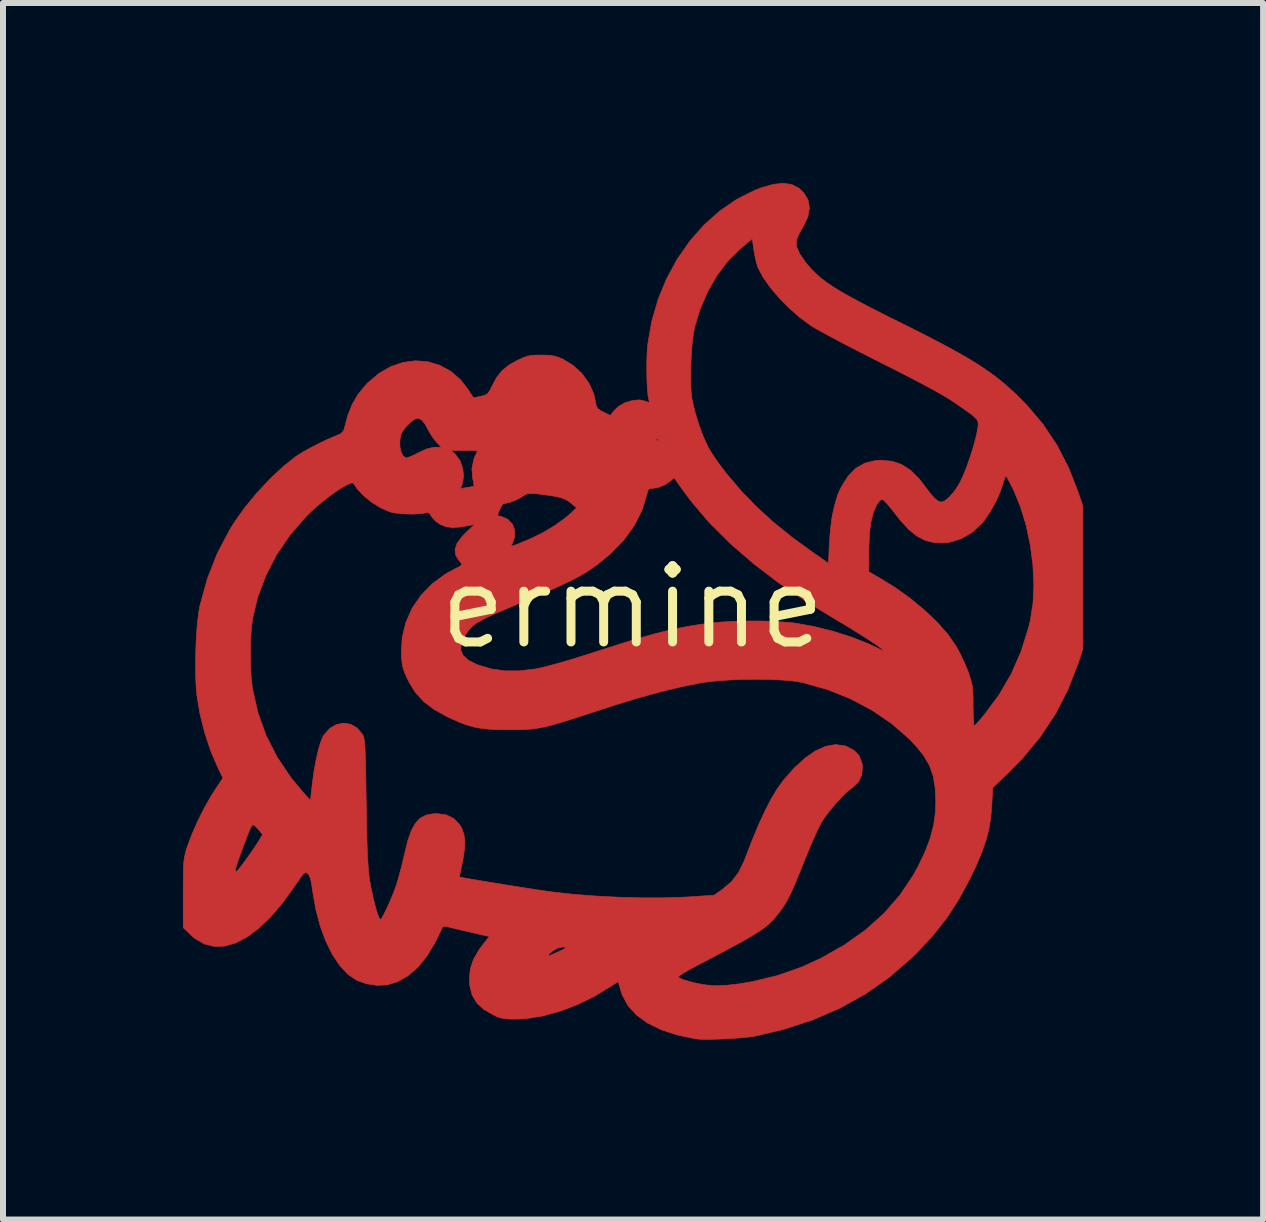
<source format=kicad_pcb>
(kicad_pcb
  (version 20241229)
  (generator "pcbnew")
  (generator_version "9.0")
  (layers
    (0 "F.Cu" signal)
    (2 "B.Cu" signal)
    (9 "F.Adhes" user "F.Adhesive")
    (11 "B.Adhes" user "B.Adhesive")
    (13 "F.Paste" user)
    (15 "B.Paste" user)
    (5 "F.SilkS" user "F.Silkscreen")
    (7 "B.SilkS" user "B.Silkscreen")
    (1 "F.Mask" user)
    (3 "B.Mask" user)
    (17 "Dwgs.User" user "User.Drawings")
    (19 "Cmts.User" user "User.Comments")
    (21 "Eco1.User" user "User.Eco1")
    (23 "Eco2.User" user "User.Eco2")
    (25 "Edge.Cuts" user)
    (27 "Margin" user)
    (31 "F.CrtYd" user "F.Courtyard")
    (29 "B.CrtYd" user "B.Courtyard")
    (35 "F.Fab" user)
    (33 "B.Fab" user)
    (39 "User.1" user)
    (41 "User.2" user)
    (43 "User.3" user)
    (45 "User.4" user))
  (footprint "ermine"
    (layer "F.Cu")
    (at 7.498 7.073)
    (property "Reference" "ermine" (at 0 0 0) (layer "F.SilkS") (effects (font (size 1.27 1.27) (thickness 0.15))))
    (attr through_hole)
    (fp_poly (pts (xy 2.652 -7.047) (xy 2.771 -6.987) (xy 2.854 -6.908) (xy 2.925 -6.788) (xy 2.947 -6.655) (xy 2.92 -6.507) (xy 2.844 -6.346) (xy 2.836 -6.334) (xy 2.786 -6.245) (xy 2.747 -6.161) (xy 2.729 -6.106) (xy 2.733 -6.012) (xy 2.781 -5.898) (xy 2.874 -5.762) (xy 2.913 -5.713) (xy 2.982 -5.634) (xy 3.055 -5.561) (xy 3.135 -5.49) (xy 3.227 -5.419) (xy 3.336 -5.345) (xy 3.465 -5.265) (xy 3.62 -5.177) (xy 3.805 -5.077) (xy 4.023 -4.964) (xy 4.28 -4.834) (xy 4.496 -4.727) (xy 4.82 -4.565) (xy 5.102 -4.419) (xy 5.348 -4.287) (xy 5.563 -4.166) (xy 5.752 -4.051) (xy 5.919 -3.939) (xy 6.071 -3.828) (xy 6.211 -3.714) (xy 6.346 -3.593) (xy 6.48 -3.462) (xy 6.571 -3.369) (xy 6.841 -3.051) (xy 7.074 -2.702) (xy 7.271 -2.319) (xy 7.413 -1.958) (xy 7.506 -1.689) (xy 7.506 0.699) (xy 7.421 0.953) (xy 7.254 1.382) (xy 7.047 1.783) (xy 6.798 2.16) (xy 6.505 2.515) (xy 6.254 2.771) (xy 6.002 3.011) (xy 5.988 3.302) (xy 5.971 3.506) (xy 5.94 3.697) (xy 5.891 3.888) (xy 5.821 4.088) (xy 5.728 4.31) (xy 5.623 4.529) (xy 5.439 4.87) (xy 5.239 5.179) (xy 5.013 5.467) (xy 4.751 5.75) (xy 4.642 5.856) (xy 4.277 6.172) (xy 3.884 6.447) (xy 3.463 6.682) (xy 3.01 6.879) (xy 2.526 7.037) (xy 2.045 7.151) (xy 1.946 7.166) (xy 1.814 7.179) (xy 1.662 7.191) (xy 1.503 7.199) (xy 1.348 7.204) (xy 1.211 7.206) (xy 1.103 7.202) (xy 1.054 7.197) (xy 0.743 7.133) (xy 0.473 7.044) (xy 0.246 6.932) (xy 0.061 6.798) (xy -0.079 6.642) (xy -0.174 6.465) (xy -0.205 6.369) (xy -0.224 6.299) (xy -0.24 6.256) (xy -0.246 6.248) (xy -0.272 6.262) (xy -0.325 6.295) (xy -0.364 6.321) (xy -0.633 6.486) (xy -0.919 6.626) (xy -1.212 6.737) (xy -1.5 6.816) (xy -1.774 6.86) (xy -1.918 6.867) (xy -2.042 6.867) (xy -2.133 6.861) (xy -2.204 6.847) (xy -2.272 6.822) (xy -2.311 6.804) (xy -2.478 6.709) (xy -2.599 6.598) (xy -2.677 6.465) (xy -2.716 6.306) (xy -2.722 6.194) (xy -2.706 6.028) (xy -2.653 5.87) (xy -2.618 5.81) (xy -1.408 5.81) (xy -1.382 5.807) (xy -1.314 5.779) (xy -1.232 5.741) (xy -1.152 5.703) (xy -1.114 5.681) (xy -1.114 5.671) (xy -1.146 5.668) (xy -1.168 5.667) (xy -1.258 5.685) (xy -1.345 5.741) (xy -1.396 5.788) (xy -1.408 5.81) (xy -2.618 5.81) (xy -2.559 5.709) (xy -2.494 5.622) (xy -2.39 5.491) (xy -2.687 5.423) (xy -2.813 5.394) (xy -2.929 5.367) (xy -3.022 5.345) (xy -3.073 5.332) (xy -3.139 5.321) (xy -3.169 5.333) (xy -3.173 5.341) (xy -3.188 5.376) (xy -3.222 5.444) (xy -3.267 5.535) (xy -3.297 5.594) (xy -3.428 5.815) (xy -3.578 5.999) (xy -3.742 6.143) (xy -3.916 6.244) (xy -4.095 6.298) (xy -4.096 6.298) (xy -4.264 6.305) (xy -4.441 6.278) (xy -4.6 6.222) (xy -4.607 6.218) (xy -4.751 6.118) (xy -4.886 5.972) (xy -5.009 5.786) (xy -5.118 5.564) (xy -5.211 5.311) (xy -5.284 5.031) (xy -5.336 4.731) (xy -5.338 4.715) (xy -5.356 4.593) (xy -5.376 4.512) (xy -5.399 4.462) (xy -5.418 4.442) (xy -5.44 4.427) (xy -5.461 4.427) (xy -5.488 4.446) (xy -5.525 4.492) (xy -5.58 4.569) (xy -5.64 4.658) (xy -5.839 4.934) (xy -6.038 5.167) (xy -6.235 5.355) (xy -6.429 5.499) (xy -6.618 5.598) (xy -6.801 5.651) (xy -6.976 5.657) (xy -7.141 5.615) (xy -7.296 5.526) (xy -7.367 5.465) (xy -7.493 5.343) (xy -7.493 4.773) (xy -7.493 4.586) (xy -7.491 4.442) (xy -7.49 4.378) (xy -6.624 4.378) (xy -6.623 4.411) (xy -6.6 4.401) (xy -6.554 4.351) (xy -6.485 4.261) (xy -6.421 4.173) (xy -6.351 4.074) (xy -6.287 3.979) (xy -6.238 3.904) (xy -6.224 3.882) (xy -6.17 3.789) (xy -6.251 3.696) (xy -6.284 3.658) (xy -6.309 3.635) (xy -6.33 3.629) (xy -6.352 3.648) (xy -6.377 3.695) (xy -6.411 3.776) (xy -6.456 3.895) (xy -6.501 4.015) (xy -6.562 4.181) (xy -6.604 4.302) (xy -6.624 4.378) (xy -7.49 4.378) (xy -7.488 4.331) (xy -7.483 4.245) (xy -7.474 4.175) (xy -7.461 4.114) (xy -7.444 4.051) (xy -7.428 4) (xy -7.352 3.796) (xy -7.254 3.572) (xy -7.142 3.348) (xy -7.025 3.143) (xy -6.971 3.058) (xy -6.831 2.847) (xy -6.904 2.7) (xy -7.027 2.418) (xy -7.132 2.105) (xy -7.214 1.78) (xy -7.266 1.466) (xy -7.28 1.304) (xy -7.287 1.11) (xy -7.287 0.897) (xy -7.285 0.773) (xy -6.374 0.773) (xy -6.37 0.992) (xy -6.358 1.195) (xy -6.338 1.359) (xy -6.248 1.759) (xy -6.111 2.139) (xy -5.928 2.499) (xy -5.698 2.841) (xy -5.504 3.075) (xy -5.372 3.222) (xy -5.341 2.945) (xy -5.315 2.747) (xy -5.281 2.56) (xy -5.244 2.393) (xy -5.204 2.255) (xy -5.163 2.156) (xy -5.147 2.129) (xy -5.05 2.021) (xy -4.937 1.956) (xy -4.818 1.933) (xy -4.701 1.952) (xy -4.593 2.015) (xy -4.505 2.12) (xy -4.493 2.142) (xy -4.483 2.171) (xy -4.475 2.212) (xy -4.468 2.268) (xy -4.463 2.346) (xy -4.458 2.449) (xy -4.454 2.583) (xy -4.45 2.753) (xy -4.447 2.964) (xy -4.443 3.22) (xy -4.442 3.251) (xy -4.437 3.547) (xy -4.432 3.798) (xy -4.426 4.006) (xy -4.419 4.178) (xy -4.41 4.318) (xy -4.401 4.43) (xy -4.39 4.519) (xy -4.386 4.547) (xy -4.357 4.705) (xy -4.324 4.855) (xy -4.291 4.988) (xy -4.26 5.095) (xy -4.232 5.171) (xy -4.209 5.206) (xy -4.205 5.207) (xy -4.184 5.185) (xy -4.15 5.125) (xy -4.107 5.038) (xy -4.059 4.934) (xy -4.011 4.821) (xy -3.968 4.711) (xy -3.938 4.627) (xy -3.903 4.51) (xy -3.864 4.364) (xy -3.825 4.209) (xy -3.797 4.089) (xy -3.746 3.882) (xy -3.688 3.721) (xy -3.622 3.602) (xy -3.544 3.519) (xy -3.448 3.468) (xy -3.332 3.445) (xy -3.262 3.442) (xy -3.106 3.463) (xy -2.98 3.525) (xy -2.882 3.629) (xy -2.848 3.689) (xy -2.813 3.787) (xy -2.798 3.898) (xy -2.803 4.033) (xy -2.828 4.201) (xy -2.843 4.274) (xy -2.889 4.496) (xy -2.835 4.509) (xy -2.784 4.519) (xy -2.691 4.535) (xy -2.565 4.556) (xy -2.414 4.581) (xy -2.247 4.608) (xy -2.071 4.637) (xy -1.895 4.665) (xy -1.729 4.691) (xy -1.579 4.714) (xy -1.455 4.732) (xy -1.365 4.745) (xy -1.346 4.748) (xy -1.003 4.786) (xy -0.632 4.815) (xy -0.248 4.835) (xy 0.134 4.846) (xy 0.5 4.846) (xy 0.836 4.836) (xy 0.938 4.83) (xy 1.355 4.803) (xy 1.493 4.708) (xy 1.645 4.58) (xy 1.764 4.426) (xy 1.858 4.235) (xy 1.868 4.209) (xy 1.99 3.892) (xy 2.103 3.621) (xy 2.209 3.391) (xy 2.31 3.196) (xy 2.408 3.032) (xy 2.506 2.895) (xy 2.509 2.892) (xy 2.692 2.683) (xy 2.873 2.517) (xy 3.049 2.395) (xy 3.219 2.32) (xy 3.38 2.291) (xy 3.532 2.31) (xy 3.564 2.321) (xy 3.693 2.389) (xy 3.778 2.479) (xy 3.822 2.597) (xy 3.83 2.652) (xy 3.821 2.794) (xy 3.767 2.912) (xy 3.668 3.007) (xy 3.645 3.022) (xy 3.577 3.076) (xy 3.489 3.162) (xy 3.391 3.268) (xy 3.294 3.384) (xy 3.205 3.5) (xy 3.167 3.556) (xy 3.13 3.621) (xy 3.079 3.724) (xy 3.019 3.857) (xy 2.953 4.01) (xy 2.885 4.173) (xy 2.859 4.238) (xy 2.778 4.44) (xy 2.711 4.602) (xy 2.655 4.731) (xy 2.604 4.835) (xy 2.557 4.922) (xy 2.509 4.999) (xy 2.456 5.073) (xy 2.413 5.128) (xy 2.364 5.188) (xy 2.313 5.242) (xy 2.257 5.295) (xy 2.191 5.348) (xy 2.11 5.405) (xy 2.009 5.468) (xy 1.885 5.541) (xy 1.732 5.626) (xy 1.547 5.725) (xy 1.325 5.843) (xy 1.109 5.956) (xy 0.959 6.036) (xy 0.853 6.097) (xy 0.789 6.139) (xy 0.763 6.166) (xy 0.766 6.176) (xy 0.827 6.204) (xy 0.922 6.234) (xy 1.036 6.264) (xy 1.153 6.288) (xy 1.232 6.3) (xy 1.395 6.31) (xy 1.576 6.303) (xy 1.785 6.279) (xy 1.994 6.243) (xy 2.41 6.143) (xy 2.811 6.003) (xy 3.137 5.854) (xy 3.53 5.632) (xy 3.881 5.383) (xy 4.19 5.106) (xy 4.455 4.802) (xy 4.678 4.47) (xy 4.756 4.328) (xy 4.876 4.077) (xy 4.962 3.849) (xy 5.019 3.632) (xy 5.048 3.415) (xy 5.054 3.248) (xy 5.044 3.016) (xy 5.011 2.817) (xy 4.949 2.641) (xy 4.853 2.475) (xy 4.718 2.308) (xy 4.612 2.197) (xy 4.317 1.94) (xy 3.986 1.715) (xy 3.624 1.524) (xy 3.237 1.37) (xy 2.83 1.256) (xy 2.819 1.254) (xy 2.676 1.231) (xy 2.494 1.215) (xy 2.284 1.205) (xy 2.056 1.202) (xy 1.822 1.205) (xy 1.593 1.215) (xy 1.38 1.231) (xy 1.193 1.253) (xy 1.121 1.265) (xy 0.805 1.329) (xy 0.469 1.41) (xy 0.107 1.51) (xy -0.288 1.63) (xy -0.612 1.735) (xy -0.854 1.815) (xy -1.054 1.879) (xy -1.222 1.931) (xy -1.363 1.97) (xy -1.485 1.999) (xy -1.595 2.02) (xy -1.701 2.033) (xy -1.81 2.04) (xy -1.929 2.044) (xy -2.066 2.044) (xy -2.07 2.044) (xy -2.279 2.041) (xy -2.451 2.03) (xy -2.599 2.009) (xy -2.739 1.973) (xy -2.882 1.921) (xy -3.043 1.85) (xy -3.092 1.826) (xy -3.308 1.707) (xy -3.481 1.576) (xy -3.619 1.426) (xy -3.73 1.248) (xy -3.752 1.204) (xy -3.8 1.096) (xy -3.83 1.007) (xy -3.846 0.916) (xy -3.855 0.8) (xy -3.856 0.776) (xy -3.853 0.708) (xy -2.867 0.708) (xy -2.829 0.801) (xy -2.743 0.882) (xy -2.607 0.952) (xy -2.578 0.963) (xy -2.357 1.029) (xy -2.129 1.062) (xy -1.884 1.061) (xy -1.61 1.028) (xy -1.598 1.026) (xy -1.51 1.007) (xy -1.383 0.974) (xy -1.225 0.931) (xy -1.047 0.879) (xy -0.857 0.82) (xy -0.664 0.759) (xy -0.66 0.758) (xy -0.342 0.656) (xy -0.065 0.569) (xy 0.179 0.497) (xy 0.396 0.437) (xy 0.594 0.388) (xy 0.78 0.347) (xy 0.96 0.314) (xy 1.142 0.285) (xy 1.294 0.265) (xy 1.487 0.247) (xy 1.71 0.235) (xy 1.949 0.23) (xy 2.19 0.232) (xy 2.418 0.241) (xy 2.619 0.256) (xy 2.718 0.267) (xy 3.022 0.322) (xy 3.332 0.399) (xy 3.634 0.494) (xy 3.91 0.601) (xy 4.066 0.674) (xy 4.134 0.707) (xy 4.179 0.726) (xy 4.191 0.727) (xy 4.17 0.706) (xy 4.113 0.664) (xy 4.027 0.604) (xy 3.919 0.533) (xy 3.795 0.454) (xy 3.664 0.372) (xy 3.532 0.291) (xy 3.407 0.218) (xy 3.404 0.216) (xy 2.896 -0.093) (xy 2.428 -0.411) (xy 2.195 -0.589) (xy 3.937 -0.589) (xy 4.083 -0.507) (xy 4.36 -0.338) (xy 4.623 -0.151) (xy 4.864 0.048) (xy 5.078 0.252) (xy 5.257 0.455) (xy 5.393 0.652) (xy 5.394 0.652) (xy 5.462 0.779) (xy 5.532 0.926) (xy 5.589 1.063) (xy 5.596 1.084) (xy 5.629 1.181) (xy 5.652 1.261) (xy 5.666 1.339) (xy 5.673 1.429) (xy 5.676 1.546) (xy 5.676 1.645) (xy 5.678 1.769) (xy 5.681 1.872) (xy 5.686 1.946) (xy 5.691 1.98) (xy 5.693 1.981) (xy 5.714 1.963) (xy 5.76 1.914) (xy 5.822 1.842) (xy 5.86 1.797) (xy 6.108 1.463) (xy 6.312 1.114) (xy 6.475 0.741) (xy 6.601 0.339) (xy 6.631 0.214) (xy 6.675 -0.066) (xy 6.689 -0.376) (xy 6.673 -0.702) (xy 6.63 -1.035) (xy 6.56 -1.363) (xy 6.465 -1.675) (xy 6.359 -1.934) (xy 6.309 -2.035) (xy 6.267 -2.117) (xy 6.237 -2.17) (xy 6.224 -2.184) (xy 6.209 -2.162) (xy 6.188 -2.105) (xy 6.176 -2.064) (xy 6.125 -1.915) (xy 6.05 -1.75) (xy 5.96 -1.589) (xy 5.866 -1.45) (xy 5.821 -1.395) (xy 5.658 -1.246) (xy 5.477 -1.141) (xy 5.285 -1.082) (xy 5.205 -1.073) (xy 5.038 -1.075) (xy 4.886 -1.11) (xy 4.743 -1.182) (xy 4.604 -1.294) (xy 4.462 -1.449) (xy 4.388 -1.544) (xy 4.313 -1.64) (xy 4.246 -1.72) (xy 4.194 -1.775) (xy 4.164 -1.798) (xy 4.126 -1.781) (xy 4.082 -1.726) (xy 4.07 -1.707) (xy 4.013 -1.579) (xy 3.973 -1.423) (xy 3.948 -1.232) (xy 3.938 -1.001) (xy 3.937 -0.936) (xy 3.937 -0.589) (xy 2.195 -0.589) (xy 2.002 -0.737) (xy 1.619 -1.069) (xy 1.282 -1.405) (xy 0.993 -1.744) (xy 0.933 -1.823) (xy 0.857 -1.925) (xy 0.791 -2.016) (xy 0.742 -2.085) (xy 0.717 -2.123) (xy 0.716 -2.125) (xy 0.695 -2.149) (xy 0.669 -2.14) (xy 0.636 -2.109) (xy 0.542 -2.041) (xy 0.426 -1.995) (xy 0.333 -1.981) (xy 0.279 -1.974) (xy 0.252 -1.94) (xy 0.242 -1.899) (xy 0.161 -1.627) (xy 0.032 -1.368) (xy -0.146 -1.121) (xy -0.372 -0.888) (xy -0.585 -0.713) (xy -0.686 -0.641) (xy -0.792 -0.572) (xy -0.909 -0.505) (xy -1.044 -0.435) (xy -1.204 -0.359) (xy -1.395 -0.273) (xy -1.625 -0.175) (xy -1.727 -0.132) (xy -1.961 -0.034) (xy -2.152 0.048) (xy -2.307 0.115) (xy -2.43 0.172) (xy -2.525 0.22) (xy -2.599 0.263) (xy -2.655 0.304) (xy -2.699 0.345) (xy -2.737 0.389) (xy -2.771 0.439) (xy -2.798 0.481) (xy -2.856 0.602) (xy -2.867 0.708) (xy -3.853 0.708) (xy -3.843 0.51) (xy -3.782 0.256) (xy -3.677 0.018) (xy -3.528 -0.199) (xy -3.34 -0.392) (xy -3.115 -0.556) (xy -2.985 -0.628) (xy -2.903 -0.669) (xy -2.86 -0.696) (xy -2.849 -0.717) (xy -2.864 -0.742) (xy -2.888 -0.768) (xy -2.949 -0.861) (xy -2.962 -0.958) (xy -2.929 -1.061) (xy -2.847 -1.175) (xy -2.778 -1.246) (xy -2.637 -1.379) (xy -2.722 -1.362) (xy -2.883 -1.335) (xy -3.009 -1.328) (xy -3.112 -1.342) (xy -3.2 -1.376) (xy -3.285 -1.433) (xy -3.345 -1.498) (xy -3.353 -1.512) (xy -3.363 -1.527) (xy -2.255 -1.527) (xy -2.188 -1.512) (xy -2.08 -1.464) (xy -2.004 -1.384) (xy -1.964 -1.282) (xy -1.967 -1.169) (xy -1.996 -1.089) (xy -2.021 -1.037) (xy -2.018 -1.02) (xy -1.986 -1.027) (xy -1.977 -1.03) (xy -1.928 -1.048) (xy -1.846 -1.081) (xy -1.746 -1.123) (xy -1.695 -1.145) (xy -1.494 -1.243) (xy -1.299 -1.36) (xy -1.125 -1.485) (xy -1.033 -1.564) (xy -0.935 -1.656) (xy -1.02 -1.729) (xy -1.08 -1.774) (xy -1.148 -1.809) (xy -1.233 -1.835) (xy -1.347 -1.857) (xy -1.5 -1.878) (xy -1.514 -1.88) (xy -1.624 -1.893) (xy -1.697 -1.897) (xy -1.748 -1.893) (xy -1.788 -1.877) (xy -1.833 -1.849) (xy -1.841 -1.843) (xy -1.93 -1.793) (xy -2.031 -1.753) (xy -2.12 -1.73) (xy -2.149 -1.727) (xy -2.174 -1.706) (xy -2.205 -1.652) (xy -2.216 -1.627) (xy -2.255 -1.527) (xy -3.363 -1.527) (xy -3.386 -1.564) (xy -3.423 -1.578) (xy -3.455 -1.572) (xy -3.549 -1.557) (xy -3.674 -1.552) (xy -3.81 -1.555) (xy -3.939 -1.567) (xy -4.04 -1.587) (xy -4.053 -1.591) (xy -4.205 -1.658) (xy -4.355 -1.752) (xy -4.491 -1.863) (xy -4.599 -1.98) (xy -4.641 -2.044) (xy -4.659 -2.068) (xy -4.685 -2.072) (xy -4.734 -2.053) (xy -4.778 -2.032) (xy -4.902 -1.959) (xy -5.046 -1.857) (xy -5.199 -1.737) (xy -5.347 -1.608) (xy -5.45 -1.507) (xy -5.713 -1.202) (xy -5.937 -0.873) (xy -6.117 -0.525) (xy -6.253 -0.162) (xy -6.336 0.188) (xy -6.357 0.355) (xy -6.37 0.555) (xy -6.374 0.773) (xy -7.285 0.773) (xy -7.282 0.675) (xy -7.272 0.458) (xy -7.256 0.258) (xy -7.235 0.086) (xy -7.216 -0.021) (xy -7.092 -0.471) (xy -6.927 -0.893) (xy -6.72 -1.287) (xy -6.644 -1.41) (xy -6.469 -1.657) (xy -6.267 -1.902) (xy -6.051 -2.134) (xy -5.83 -2.341) (xy -5.619 -2.509) (xy -5.523 -2.571) (xy -5.395 -2.644) (xy -5.251 -2.719) (xy -5.126 -2.78) (xy -3.882 -2.78) (xy -3.88 -2.679) (xy -3.861 -2.589) (xy -3.827 -2.522) (xy -3.78 -2.49) (xy -3.769 -2.489) (xy -3.731 -2.501) (xy -3.662 -2.53) (xy -3.577 -2.573) (xy -3.567 -2.578) (xy -3.495 -2.61) (xy -3.024 -2.61) (xy -2.958 -2.55) (xy -2.879 -2.445) (xy -2.832 -2.314) (xy -2.819 -2.174) (xy -2.845 -2.044) (xy -2.871 -1.977) (xy -2.762 -1.995) (xy -2.695 -2.007) (xy -2.653 -2.017) (xy -2.647 -2.019) (xy -2.648 -2.045) (xy -2.658 -2.105) (xy -2.667 -2.145) (xy -2.68 -2.309) (xy -2.649 -2.465) (xy -2.626 -2.52) (xy -2.601 -2.573) (xy -2.591 -2.603) (xy -2.614 -2.609) (xy -2.677 -2.613) (xy -2.767 -2.614) (xy -2.807 -2.614) (xy -3.024 -2.61) (xy -3.495 -2.61) (xy -3.426 -2.641) (xy -3.312 -2.666) (xy -3.295 -2.667) (xy -3.19 -2.667) (xy -3.269 -2.75) (xy -3.319 -2.812) (xy 0.385 -2.812) (xy 0.391 -2.798) (xy 0.417 -2.771) (xy 0.432 -2.776) (xy 0.432 -2.78) (xy 0.414 -2.801) (xy 0.402 -2.809) (xy 0.385 -2.812) (xy -3.319 -2.812) (xy -3.33 -2.826) (xy -3.388 -2.917) (xy -3.404 -2.946) (xy -3.464 -3.056) (xy -3.518 -3.121) (xy -3.569 -3.148) (xy -3.585 -3.15) (xy -3.64 -3.13) (xy -3.708 -3.079) (xy -3.777 -3.01) (xy -3.834 -2.936) (xy -3.862 -2.878) (xy -3.882 -2.78) (xy -5.126 -2.78) (xy -5.107 -2.789) (xy -4.978 -2.845) (xy -4.946 -2.857) (xy -4.866 -2.894) (xy -4.824 -2.935) (xy -4.81 -2.969) (xy -4.75 -3.194) (xy -4.676 -3.382) (xy -4.581 -3.544) (xy -4.459 -3.695) (xy -4.42 -3.736) (xy -4.234 -3.895) (xy -4.035 -4.01) (xy -3.828 -4.081) (xy -3.619 -4.108) (xy -3.413 -4.092) (xy -3.215 -4.033) (xy -3.032 -3.932) (xy -2.867 -3.789) (xy -2.745 -3.631) (xy -2.653 -3.49) (xy -2.532 -3.517) (xy -2.462 -3.535) (xy -2.418 -3.562) (xy -2.383 -3.61) (xy -2.349 -3.68) (xy -2.267 -3.831) (xy -2.175 -3.946) (xy -2.06 -4.039) (xy -1.936 -4.108) (xy -1.835 -4.156) (xy -1.756 -4.184) (xy -1.68 -4.199) (xy -1.584 -4.203) (xy -1.525 -4.203) (xy -1.404 -4.2) (xy -1.312 -4.188) (xy -1.232 -4.164) (xy -1.164 -4.136) (xy -0.992 -4.031) (xy -0.844 -3.894) (xy -0.727 -3.731) (xy -0.648 -3.555) (xy -0.62 -3.43) (xy -0.607 -3.356) (xy -0.582 -3.311) (xy -0.533 -3.276) (xy -0.487 -3.253) (xy -0.371 -3.196) (xy -0.323 -3.262) (xy -0.237 -3.346) (xy -0.124 -3.41) (xy 0.000384 -3.447) (xy 0.122 -3.456) (xy 0.227 -3.43) (xy 0.234 -3.426) (xy 0.271 -3.41) (xy 0.277 -3.429) (xy 0.269 -3.458) (xy 0.255 -3.534) (xy 0.245 -3.648) (xy 0.238 -3.789) (xy 0.238 -3.799) (xy 0.967 -3.799) (xy 0.973 -3.626) (xy 0.987 -3.487) (xy 0.99 -3.47) (xy 1.034 -3.274) (xy 1.097 -3.064) (xy 1.171 -2.86) (xy 1.251 -2.683) (xy 1.26 -2.666) (xy 1.312 -2.578) (xy 1.387 -2.465) (xy 1.475 -2.343) (xy 1.563 -2.228) (xy 1.809 -1.939) (xy 2.068 -1.67) (xy 2.351 -1.413) (xy 2.665 -1.16) (xy 2.985 -0.927) (xy 3.264 -0.732) (xy 3.28 -1.058) (xy 3.29 -1.202) (xy 3.304 -1.347) (xy 3.32 -1.476) (xy 3.336 -1.562) (xy 3.368 -1.699) (xy 3.396 -1.8) (xy 3.422 -1.881) (xy 3.454 -1.954) (xy 3.48 -2.007) (xy 3.591 -2.185) (xy 3.721 -2.316) (xy 3.873 -2.402) (xy 4.049 -2.445) (xy 4.153 -2.45) (xy 4.329 -2.432) (xy 4.487 -2.378) (xy 4.634 -2.282) (xy 4.774 -2.143) (xy 4.87 -2.019) (xy 4.962 -1.897) (xy 5.035 -1.815) (xy 5.093 -1.769) (xy 5.141 -1.753) (xy 5.145 -1.753) (xy 5.205 -1.774) (xy 5.277 -1.833) (xy 5.355 -1.922) (xy 5.429 -2.03) (xy 5.459 -2.083) (xy 5.515 -2.202) (xy 5.575 -2.355) (xy 5.634 -2.525) (xy 5.687 -2.696) (xy 5.728 -2.852) (xy 5.744 -2.928) (xy 5.756 -2.998) (xy 5.762 -3.051) (xy 5.756 -3.095) (xy 5.733 -3.136) (xy 5.688 -3.182) (xy 5.615 -3.238) (xy 5.511 -3.312) (xy 5.397 -3.391) (xy 5.297 -3.458) (xy 5.173 -3.533) (xy 5.021 -3.619) (xy 4.838 -3.718) (xy 4.62 -3.832) (xy 4.362 -3.964) (xy 4.153 -4.069) (xy 3.938 -4.178) (xy 3.729 -4.285) (xy 3.532 -4.387) (xy 3.354 -4.481) (xy 3.201 -4.563) (xy 3.078 -4.631) (xy 2.993 -4.681) (xy 2.972 -4.695) (xy 2.79 -4.828) (xy 2.611 -4.985) (xy 2.443 -5.155) (xy 2.295 -5.33) (xy 2.175 -5.5) (xy 2.092 -5.656) (xy 2.09 -5.659) (xy 2.067 -5.732) (xy 2.043 -5.833) (xy 2.023 -5.943) (xy 2.022 -5.948) (xy 1.994 -6.143) (xy 1.791 -5.972) (xy 1.589 -5.773) (xy 1.407 -5.532) (xy 1.25 -5.259) (xy 1.122 -4.961) (xy 1.037 -4.686) (xy 1.012 -4.553) (xy 0.991 -4.383) (xy 0.977 -4.192) (xy 0.969 -3.993) (xy 0.967 -3.799) (xy 0.238 -3.799) (xy 0.235 -3.944) (xy 0.236 -4.101) (xy 0.241 -4.248) (xy 0.25 -4.374) (xy 0.252 -4.385) (xy 0.318 -4.765) (xy 0.424 -5.131) (xy 0.567 -5.478) (xy 0.744 -5.804) (xy 0.953 -6.103) (xy 1.189 -6.371) (xy 1.451 -6.605) (xy 1.735 -6.8) (xy 2.038 -6.952) (xy 2.144 -6.992) (xy 2.341 -7.049) (xy 2.51 -7.068) (xy 2.652 -7.047)) (stroke (width 0.01) (type solid)) (fill yes) (layer "F.Cu"))
    (fp_poly (pts (xy -2.4 -1.889) (xy -2.344 -1.848) (xy -2.316 -1.779) (xy -2.311 -1.721) (xy -2.328 -1.653) (xy -2.382 -1.597) (xy -2.476 -1.55) (xy -2.615 -1.51) (xy -2.67 -1.498) (xy -2.833 -1.467) (xy -2.956 -1.452) (xy -3.049 -1.453) (xy -3.119 -1.468) (xy -3.147 -1.48) (xy -3.222 -1.538) (xy -3.248 -1.611) (xy -3.243 -1.655) (xy -3.218 -1.704) (xy -3.165 -1.747) (xy -3.078 -1.787) (xy -2.953 -1.826) (xy -2.787 -1.866) (xy -2.618 -1.898) (xy -2.49 -1.906) (xy -2.4 -1.889)) (stroke (width 0.01) (type solid)) (fill yes) (layer "F.Mask"))
    (fp_poly (pts (xy -2.197 -1.377) (xy -2.136 -1.33) (xy -2.093 -1.271) (xy -2.083 -1.233) (xy -2.097 -1.17) (xy -2.141 -1.108) (xy -2.222 -1.042) (xy -2.344 -0.967) (xy -2.407 -0.933) (xy -2.543 -0.866) (xy -2.645 -0.827) (xy -2.718 -0.815) (xy -2.77 -0.829) (xy -2.789 -0.843) (xy -2.811 -0.889) (xy -2.819 -0.954) (xy -2.811 -1.008) (xy -2.779 -1.063) (xy -2.717 -1.13) (xy -2.692 -1.154) (xy -2.603 -1.227) (xy -2.5 -1.295) (xy -2.397 -1.351) (xy -2.308 -1.387) (xy -2.258 -1.397) (xy -2.197 -1.377)) (stroke (width 0.01) (type solid)) (fill yes) (layer "F.Mask"))
    (fp_poly (pts (xy 2.618 -6.836) (xy 2.688 -6.779) (xy 2.728 -6.7) (xy 2.729 -6.609) (xy 2.711 -6.561) (xy 2.68 -6.501) (xy 2.634 -6.416) (xy 2.592 -6.337) (xy 2.546 -6.245) (xy 2.523 -6.173) (xy 2.517 -6.098) (xy 2.52 -6.042) (xy 2.552 -5.892) (xy 2.629 -5.736) (xy 2.752 -5.571) (xy 2.857 -5.459) (xy 2.948 -5.373) (xy 3.048 -5.289) (xy 3.162 -5.205) (xy 3.294 -5.118) (xy 3.45 -5.025) (xy 3.634 -4.923) (xy 3.852 -4.809) (xy 4.108 -4.679) (xy 4.288 -4.59) (xy 4.583 -4.445) (xy 4.835 -4.318) (xy 5.051 -4.207) (xy 5.233 -4.111) (xy 5.387 -4.025) (xy 5.518 -3.949) (xy 5.628 -3.88) (xy 5.722 -3.817) (xy 6.081 -3.539) (xy 6.393 -3.246) (xy 6.66 -2.935) (xy 6.883 -2.604) (xy 7.066 -2.25) (xy 7.115 -2.133) (xy 7.197 -1.91) (xy 7.265 -1.68) (xy 7.323 -1.43) (xy 7.374 -1.148) (xy 7.393 -1.026) (xy 7.433 -0.645) (xy 7.437 -0.278) (xy 7.405 0.087) (xy 7.335 0.46) (xy 7.226 0.851) (xy 7.21 0.9) (xy 7.066 1.271) (xy 6.881 1.637) (xy 6.661 1.986) (xy 6.412 2.311) (xy 6.14 2.602) (xy 5.985 2.743) (xy 5.791 2.907) (xy 5.791 3.114) (xy 5.775 3.383) (xy 5.727 3.656) (xy 5.644 3.939) (xy 5.523 4.24) (xy 5.42 4.458) (xy 5.186 4.867) (xy 4.912 5.247) (xy 4.601 5.597) (xy 4.255 5.913) (xy 3.879 6.194) (xy 3.473 6.436) (xy 3.043 6.639) (xy 2.589 6.8) (xy 2.172 6.905) (xy 2.054 6.927) (xy 1.917 6.948) (xy 1.772 6.969) (xy 1.63 6.986) (xy 1.504 6.999) (xy 1.405 7.007) (xy 1.35 7.007) (xy 1.305 7.003) (xy 1.226 6.994) (xy 1.129 6.983) (xy 1.119 6.982) (xy 0.925 6.951) (xy 0.73 6.904) (xy 0.552 6.846) (xy 0.429 6.793) (xy 0.267 6.69) (xy 0.135 6.564) (xy 0.04 6.421) (xy -0.015 6.27) (xy -0.025 6.171) (xy -0.004 6.036) (xy 0.055 5.892) (xy 0.145 5.752) (xy 0.258 5.63) (xy 0.262 5.627) (xy 0.329 5.566) (xy 0.361 5.532) (xy 0.363 5.516) (xy 0.337 5.512) (xy 0.327 5.512) (xy 0.27 5.528) (xy 0.214 5.581) (xy 0.192 5.611) (xy 0.117 5.702) (xy 0.011 5.803) (xy -0.13 5.915) (xy -0.312 6.045) (xy -0.375 6.087) (xy -0.655 6.259) (xy -0.94 6.402) (xy -1.222 6.516) (xy -1.495 6.597) (xy -1.751 6.642) (xy -1.983 6.65) (xy -1.985 6.65) (xy -2.17 6.623) (xy -2.315 6.565) (xy -2.421 6.475) (xy -2.487 6.355) (xy -2.509 6.247) (xy -2.501 6.095) (xy -2.497 6.083) (xy -2.031 6.083) (xy -2.024 6.109) (xy -2.007 6.122) (xy -1.939 6.142) (xy -1.837 6.147) (xy -1.713 6.136) (xy -1.581 6.111) (xy -1.478 6.082) (xy -1.302 6.016) (xy -1.102 5.927) (xy -0.891 5.822) (xy -0.686 5.71) (xy -0.559 5.634) (xy -0.343 5.499) (xy -1.305 5.438) (xy -1.491 5.58) (xy -1.647 5.703) (xy -1.783 5.816) (xy -1.893 5.913) (xy -1.97 5.991) (xy -2.007 6.037) (xy -2.031 6.083) (xy -2.497 6.083) (xy -2.449 5.935) (xy -2.351 5.764) (xy -2.206 5.581) (xy -2.14 5.508) (xy -2.072 5.434) (xy -2.037 5.389) (xy -2.031 5.363) (xy -2.048 5.351) (xy -2.049 5.35) (xy -2.083 5.342) (xy -2.157 5.324) (xy -2.264 5.299) (xy -2.394 5.269) (xy -2.539 5.235) (xy -2.691 5.2) (xy -2.841 5.165) (xy -2.98 5.133) (xy -3.1 5.106) (xy -3.192 5.085) (xy -3.248 5.073) (xy -3.258 5.071) (xy -3.276 5.091) (xy -3.308 5.148) (xy -3.349 5.231) (xy -3.374 5.284) (xy -3.501 5.535) (xy -3.638 5.741) (xy -3.785 5.901) (xy -3.938 6.014) (xy -4.098 6.079) (xy -4.229 6.095) (xy -4.394 6.07) (xy -4.546 5.997) (xy -4.684 5.875) (xy -4.808 5.705) (xy -4.877 5.577) (xy -4.948 5.415) (xy -5.007 5.245) (xy -5.057 5.057) (xy -5.101 4.837) (xy -5.129 4.664) (xy -5.149 4.542) (xy -5.166 4.44) (xy -5.179 4.367) (xy -5.186 4.333) (xy -5.187 4.331) (xy -5.271 4.272) (xy -5.358 4.216) (xy -5.438 4.17) (xy -5.5 4.139) (xy -5.533 4.13) (xy -5.535 4.131) (xy -5.555 4.159) (xy -5.597 4.222) (xy -5.656 4.309) (xy -5.726 4.414) (xy -5.746 4.445) (xy -5.92 4.692) (xy -6.098 4.912) (xy -6.274 5.1) (xy -6.444 5.25) (xy -6.603 5.358) (xy -6.629 5.372) (xy -6.789 5.431) (xy -6.941 5.443) (xy -7.08 5.41) (xy -7.199 5.333) (xy -7.293 5.215) (xy -7.352 5.077) (xy -7.375 4.986) (xy -7.387 4.902) (xy -7.387 4.838) (xy -6.908 4.838) (xy -6.906 4.912) (xy -6.896 4.95) (xy -6.891 4.953) (xy -6.855 4.939) (xy -6.8 4.904) (xy -6.792 4.898) (xy -6.632 4.761) (xy -6.463 4.588) (xy -6.349 4.453) (xy -6.283 4.365) (xy -6.208 4.261) (xy -6.132 4.149) (xy -6.059 4.038) (xy -5.996 3.936) (xy -5.948 3.853) (xy -5.922 3.798) (xy -5.918 3.784) (xy -5.934 3.754) (xy -5.975 3.696) (xy -6.035 3.619) (xy -6.107 3.531) (xy -6.185 3.44) (xy -6.259 3.355) (xy -6.325 3.283) (xy -6.375 3.233) (xy -6.401 3.214) (xy -6.402 3.214) (xy -6.418 3.241) (xy -6.449 3.308) (xy -6.49 3.406) (xy -6.54 3.528) (xy -6.594 3.664) (xy -6.65 3.808) (xy -6.705 3.95) (xy -6.754 4.083) (xy -6.796 4.198) (xy -6.826 4.288) (xy -6.832 4.305) (xy -6.855 4.398) (xy -6.875 4.508) (xy -6.891 4.626) (xy -6.902 4.739) (xy -6.908 4.838) (xy -7.387 4.838) (xy -7.387 4.812) (xy -7.374 4.702) (xy -7.349 4.561) (xy -7.339 4.512) (xy -7.238 4.115) (xy -7.101 3.737) (xy -6.932 3.387) (xy -6.739 3.081) (xy -6.68 2.996) (xy -6.634 2.926) (xy -6.607 2.882) (xy -6.604 2.872) (xy -6.614 2.842) (xy -6.641 2.776) (xy -6.68 2.687) (xy -6.708 2.626) (xy -6.827 2.35) (xy -6.919 2.089) (xy -6.987 1.83) (xy -7.034 1.561) (xy -7.061 1.271) (xy -7.072 0.947) (xy -7.072 0.907) (xy -6.599 0.907) (xy -6.562 1.325) (xy -6.479 1.744) (xy -6.401 2.01) (xy -6.317 2.244) (xy -6.227 2.45) (xy -6.122 2.648) (xy -5.991 2.858) (xy -5.967 2.894) (xy -5.898 2.99) (xy -5.807 3.102) (xy -5.704 3.223) (xy -5.594 3.345) (xy -5.486 3.459) (xy -5.386 3.558) (xy -5.303 3.633) (xy -5.243 3.678) (xy -5.239 3.68) (xy -5.21 3.693) (xy -5.193 3.69) (xy -5.185 3.661) (xy -5.182 3.597) (xy -5.182 3.511) (xy -5.176 3.34) (xy -5.16 3.147) (xy -5.136 2.947) (xy -5.105 2.749) (xy -5.07 2.568) (xy -5.031 2.413) (xy -4.994 2.301) (xy -4.941 2.215) (xy -4.874 2.162) (xy -4.803 2.144) (xy -4.739 2.164) (xy -4.698 2.212) (xy -4.69 2.251) (xy -4.683 2.339) (xy -4.677 2.472) (xy -4.672 2.647) (xy -4.668 2.862) (xy -4.664 3.114) (xy -4.663 3.22) (xy -4.661 3.499) (xy -4.657 3.736) (xy -4.652 3.935) (xy -4.644 4.106) (xy -4.635 4.256) (xy -4.622 4.391) (xy -4.606 4.519) (xy -4.585 4.647) (xy -4.56 4.783) (xy -4.544 4.863) (xy -4.506 5.019) (xy -4.456 5.173) (xy -4.399 5.313) (xy -4.341 5.429) (xy -4.284 5.509) (xy -4.271 5.522) (xy -4.239 5.548) (xy -4.213 5.552) (xy -4.18 5.529) (xy -4.127 5.474) (xy -4.116 5.462) (xy -4.018 5.332) (xy -3.921 5.157) (xy -3.826 4.944) (xy -3.738 4.697) (xy -3.657 4.424) (xy -3.593 4.16) (xy -3.553 3.988) (xy -3.517 3.86) (xy -3.481 3.77) (xy -3.439 3.71) (xy -3.388 3.676) (xy -3.324 3.661) (xy -3.257 3.658) (xy -3.15 3.681) (xy -3.066 3.745) (xy -3.016 3.841) (xy -3.01 3.864) (xy -3.009 3.932) (xy -3.021 4.042) (xy -3.046 4.19) (xy -3.07 4.305) (xy -3.096 4.433) (xy -3.116 4.544) (xy -3.13 4.627) (xy -3.134 4.674) (xy -3.133 4.68) (xy -3.101 4.695) (xy -3.063 4.699) (xy -3.023 4.703) (xy -2.94 4.715) (xy -2.821 4.732) (xy -2.675 4.756) (xy -2.507 4.783) (xy -2.334 4.811) (xy -1.971 4.871) (xy -1.648 4.921) (xy -1.357 4.961) (xy -1.09 4.993) (xy -0.837 5.017) (xy -0.589 5.035) (xy -0.337 5.046) (xy -0.073 5.051) (xy 0.212 5.052) (xy 0.527 5.049) (xy 0.533 5.049) (xy 0.77 5.045) (xy 0.961 5.041) (xy 1.115 5.036) (xy 1.237 5.028) (xy 1.333 5.016) (xy 1.409 4.999) (xy 1.473 4.977) (xy 1.53 4.947) (xy 1.586 4.91) (xy 1.649 4.863) (xy 1.669 4.847) (xy 1.755 4.776) (xy 1.829 4.698) (xy 1.897 4.608) (xy 1.963 4.497) (xy 2.031 4.359) (xy 2.107 4.184) (xy 2.169 4.032) (xy 2.234 3.871) (xy 2.302 3.711) (xy 2.366 3.563) (xy 2.422 3.441) (xy 2.461 3.361) (xy 2.567 3.183) (xy 2.696 3.008) (xy 2.84 2.844) (xy 2.988 2.702) (xy 3.132 2.593) (xy 3.2 2.553) (xy 3.306 2.515) (xy 3.407 2.508) (xy 3.497 2.526) (xy 3.568 2.565) (xy 3.614 2.62) (xy 3.629 2.685) (xy 3.606 2.756) (xy 3.551 2.816) (xy 3.433 2.922) (xy 3.303 3.053) (xy 3.175 3.194) (xy 3.064 3.33) (xy 3 3.418) (xy 2.931 3.535) (xy 2.85 3.701) (xy 2.757 3.914) (xy 2.669 4.129) (xy 2.583 4.345) (xy 2.51 4.52) (xy 2.447 4.66) (xy 2.39 4.773) (xy 2.336 4.866) (xy 2.28 4.945) (xy 2.22 5.017) (xy 2.158 5.081) (xy 2.095 5.14) (xy 2.02 5.199) (xy 1.93 5.262) (xy 1.819 5.331) (xy 1.681 5.41) (xy 1.512 5.501) (xy 1.306 5.609) (xy 1.092 5.718) (xy 0.897 5.82) (xy 0.745 5.905) (xy 0.632 5.978) (xy 0.554 6.042) (xy 0.506 6.099) (xy 0.485 6.152) (xy 0.483 6.175) (xy 0.494 6.232) (xy 0.537 6.281) (xy 0.58 6.312) (xy 0.767 6.409) (xy 0.99 6.477) (xy 1.242 6.515) (xy 1.514 6.522) (xy 1.8 6.497) (xy 1.854 6.488) (xy 2.34 6.385) (xy 2.803 6.237) (xy 3.242 6.045) (xy 3.656 5.809) (xy 4.044 5.53) (xy 4.124 5.464) (xy 4.37 5.232) (xy 4.596 4.972) (xy 4.796 4.69) (xy 4.967 4.395) (xy 5.103 4.094) (xy 5.201 3.795) (xy 5.256 3.506) (xy 5.258 3.488) (xy 5.269 3.289) (xy 5.263 3.084) (xy 5.242 2.887) (xy 5.207 2.715) (xy 5.181 2.634) (xy 5.082 2.432) (xy 4.937 2.228) (xy 4.752 2.027) (xy 4.532 1.832) (xy 4.283 1.649) (xy 4.008 1.48) (xy 3.714 1.33) (xy 3.406 1.203) (xy 3.305 1.167) (xy 3.054 1.091) (xy 2.814 1.037) (xy 2.568 1) (xy 2.296 0.978) (xy 2.197 0.973) (xy 1.92 0.97) (xy 1.638 0.983) (xy 1.344 1.014) (xy 1.034 1.063) (xy 0.702 1.132) (xy 0.343 1.221) (xy -0.048 1.332) (xy -0.476 1.465) (xy -0.648 1.522) (xy -0.896 1.603) (xy -1.103 1.669) (xy -1.277 1.722) (xy -1.424 1.762) (xy -1.552 1.792) (xy -1.667 1.813) (xy -1.776 1.826) (xy -1.888 1.833) (xy -2.008 1.836) (xy -2.083 1.836) (xy -2.317 1.829) (xy -2.517 1.805) (xy -2.699 1.761) (xy -2.877 1.694) (xy -3.024 1.623) (xy -3.242 1.49) (xy -3.413 1.34) (xy -3.537 1.173) (xy -3.616 0.987) (xy -3.648 0.813) (xy -3.643 0.596) (xy -3.595 0.375) (xy -3.506 0.161) (xy -3.381 -0.035) (xy -3.289 -0.141) (xy -3.177 -0.245) (xy -3.05 -0.339) (xy -2.903 -0.428) (xy -2.727 -0.515) (xy -2.516 -0.604) (xy -2.263 -0.697) (xy -2.223 -0.712) (xy -1.914 -0.824) (xy -1.649 -0.931) (xy -1.422 -1.035) (xy -1.226 -1.14) (xy -1.054 -1.25) (xy -0.901 -1.367) (xy -0.778 -1.478) (xy -0.597 -1.653) (xy -0.686 -1.729) (xy -0.82 -1.84) (xy -0.93 -1.924) (xy -1.029 -1.985) (xy -1.129 -2.029) (xy -1.241 -2.059) (xy -1.379 -2.082) (xy -1.552 -2.102) (xy -1.587 -2.106) (xy -1.816 -2.129) (xy -1.896 -2.052) (xy -1.998 -1.985) (xy -2.114 -1.958) (xy -2.23 -1.968) (xy -2.334 -2.015) (xy -2.415 -2.097) (xy -2.421 -2.107) (xy -2.461 -2.22) (xy -2.458 -2.337) (xy -2.419 -2.447) (xy -2.349 -2.542) (xy -2.254 -2.61) (xy -2.14 -2.641) (xy -2.118 -2.642) (xy -2.037 -2.633) (xy -1.956 -2.612) (xy -1.89 -2.583) (xy -1.855 -2.553) (xy -1.853 -2.546) (xy -1.839 -2.513) (xy -1.817 -2.48) (xy -1.793 -2.461) (xy -1.751 -2.443) (xy -1.681 -2.427) (xy -1.578 -2.411) (xy -1.433 -2.392) (xy -1.391 -2.387) (xy -1 -2.34) (xy -0.556 -2.452) (xy -0.615 -2.508) (xy -0.668 -2.547) (xy -0.751 -2.594) (xy -0.839 -2.638) (xy -1.025 -2.715) (xy -1.209 -2.775) (xy -1.397 -2.818) (xy -1.599 -2.847) (xy -1.822 -2.861) (xy -2.077 -2.861) (xy -2.37 -2.85) (xy -2.447 -2.846) (xy -2.642 -2.835) (xy -2.794 -2.828) (xy -2.909 -2.828) (xy -2.994 -2.836) (xy -3.056 -2.855) (xy -3.104 -2.885) (xy -3.142 -2.931) (xy -3.18 -2.992) (xy -3.214 -3.056) (xy -3.304 -3.203) (xy -3.393 -3.303) (xy -3.485 -3.357) (xy -3.584 -3.368) (xy -3.697 -3.338) (xy -3.742 -3.318) (xy -3.886 -3.221) (xy -3.993 -3.09) (xy -4.061 -2.93) (xy -4.089 -2.744) (xy -4.089 -2.713) (xy -4.073 -2.548) (xy -4.025 -2.422) (xy -3.948 -2.336) (xy -3.844 -2.293) (xy -3.716 -2.293) (xy -3.567 -2.337) (xy -3.487 -2.375) (xy -3.381 -2.428) (xy -3.304 -2.455) (xy -3.242 -2.459) (xy -3.182 -2.441) (xy -3.152 -2.427) (xy -3.075 -2.362) (xy -3.036 -2.271) (xy -3.037 -2.167) (xy -3.08 -2.058) (xy -3.089 -2.044) (xy -3.155 -1.973) (xy -3.255 -1.899) (xy -3.375 -1.831) (xy -3.5 -1.779) (xy -3.553 -1.764) (xy -3.752 -1.738) (xy -3.946 -1.76) (xy -4.129 -1.826) (xy -4.293 -1.933) (xy -4.432 -2.078) (xy -4.525 -2.227) (xy -4.59 -2.357) (xy -4.761 -2.285) (xy -4.976 -2.174) (xy -5.199 -2.021) (xy -5.423 -1.833) (xy -5.641 -1.616) (xy -5.847 -1.378) (xy -6.033 -1.123) (xy -6.092 -1.032) (xy -6.284 -0.677) (xy -6.431 -0.302) (xy -6.533 0.09) (xy -6.589 0.494) (xy -6.599 0.907) (xy -7.072 0.907) (xy -7.073 0.864) (xy -7.07 0.626) (xy -7.063 0.427) (xy -7.048 0.253) (xy -7.024 0.092) (xy -6.99 -0.069) (xy -6.944 -0.243) (xy -6.93 -0.292) (xy -6.806 -0.645) (xy -6.644 -0.988) (xy -6.45 -1.315) (xy -6.227 -1.622) (xy -5.979 -1.904) (xy -5.712 -2.155) (xy -5.43 -2.37) (xy -5.138 -2.544) (xy -4.851 -2.668) (xy -4.765 -2.7) (xy -4.696 -2.729) (xy -4.661 -2.748) (xy -4.645 -2.783) (xy -4.625 -2.853) (xy -4.608 -2.942) (xy -4.545 -3.168) (xy -4.439 -3.378) (xy -4.295 -3.564) (xy -4.119 -3.717) (xy -4.008 -3.787) (xy -3.931 -3.827) (xy -3.868 -3.852) (xy -3.804 -3.866) (xy -3.722 -3.872) (xy -3.607 -3.873) (xy -3.594 -3.873) (xy -3.472 -3.872) (xy -3.385 -3.866) (xy -3.319 -3.852) (xy -3.258 -3.829) (xy -3.213 -3.806) (xy -3.043 -3.687) (xy -2.907 -3.532) (xy -2.832 -3.398) (xy -2.794 -3.319) (xy -2.764 -3.277) (xy -2.735 -3.263) (xy -2.697 -3.266) (xy -2.639 -3.277) (xy -2.548 -3.292) (xy -2.446 -3.309) (xy -2.439 -3.31) (xy -2.25 -3.341) (xy -2.245 -3.366) (xy -1.825 -3.366) (xy -1.796 -3.358) (xy -1.729 -3.347) (xy -1.639 -3.335) (xy -1.537 -3.323) (xy -1.436 -3.313) (xy -1.351 -3.307) (xy -1.324 -3.305) (xy -1.267 -3.306) (xy -1.249 -3.324) (xy -1.255 -3.371) (xy -1.255 -3.372) (xy -1.295 -3.454) (xy -1.365 -3.525) (xy -1.448 -3.571) (xy -1.502 -3.581) (xy -1.603 -3.564) (xy -1.703 -3.519) (xy -1.78 -3.458) (xy -1.796 -3.437) (xy -1.821 -3.39) (xy -1.825 -3.366) (xy -2.245 -3.366) (xy -2.23 -3.436) (xy -2.17 -3.607) (xy -2.07 -3.752) (xy -1.936 -3.866) (xy -1.775 -3.946) (xy -1.593 -3.984) (xy -1.523 -3.988) (xy -1.346 -3.964) (xy -1.183 -3.898) (xy -1.042 -3.795) (xy -0.929 -3.663) (xy -0.851 -3.509) (xy -0.815 -3.337) (xy -0.813 -3.289) (xy -0.809 -3.241) (xy -0.791 -3.201) (xy -0.753 -3.162) (xy -0.687 -3.116) (xy -0.585 -3.058) (xy -0.527 -3.026) (xy -0.33 -2.92) (xy -0.248 -3.015) (xy -0.148 -3.125) (xy -0.069 -3.197) (xy -0.003 -3.237) (xy 0.057 -3.251) (xy 0.064 -3.251) (xy 0.163 -3.233) (xy 0.227 -3.179) (xy 0.254 -3.093) (xy 0.254 -3.078) (xy 0.247 -3.008) (xy 0.222 -2.943) (xy 0.173 -2.87) (xy 0.094 -2.778) (xy 0.056 -2.739) (xy -0.013 -2.658) (xy -0.042 -2.602) (xy -0.041 -2.577) (xy -0.009 -2.546) (xy 0.032 -2.549) (xy 0.087 -2.559) (xy 0.172 -2.57) (xy 0.254 -2.58) (xy 0.348 -2.587) (xy 0.409 -2.583) (xy 0.454 -2.565) (xy 0.489 -2.541) (xy 0.546 -2.468) (xy 0.557 -2.384) (xy 0.522 -2.301) (xy 0.5 -2.275) (xy 0.432 -2.231) (xy 0.326 -2.197) (xy 0.261 -2.184) (xy 0.082 -2.152) (xy 0.065 -2.023) (xy 0.013 -1.799) (xy -0.083 -1.581) (xy -0.226 -1.366) (xy -0.416 -1.149) (xy -0.494 -1.074) (xy -0.572 -1.001) (xy -0.647 -0.936) (xy -0.722 -0.877) (xy -0.803 -0.819) (xy -0.893 -0.763) (xy -0.998 -0.704) (xy -1.122 -0.64) (xy -1.27 -0.57) (xy -1.446 -0.49) (xy -1.654 -0.399) (xy -1.9 -0.293) (xy -2.187 -0.171) (xy -2.233 -0.151) (xy -2.401 -0.079) (xy -2.53 -0.02) (xy -2.628 0.031) (xy -2.705 0.077) (xy -2.768 0.124) (xy -2.809 0.159) (xy -2.946 0.309) (xy -3.032 0.465) (xy -3.069 0.627) (xy -3.069 0.709) (xy -3.044 0.843) (xy -2.987 0.95) (xy -2.892 1.04) (xy -2.762 1.116) (xy -2.62 1.179) (xy -2.488 1.223) (xy -2.351 1.251) (xy -2.196 1.264) (xy -2.012 1.265) (xy -1.905 1.262) (xy -1.785 1.257) (xy -1.679 1.25) (xy -1.58 1.239) (xy -1.481 1.224) (xy -1.376 1.202) (xy -1.257 1.172) (xy -1.118 1.132) (xy -0.952 1.081) (xy -0.752 1.017) (xy -0.512 0.938) (xy -0.483 0.928) (xy -0.122 0.812) (xy 0.201 0.715) (xy 0.491 0.635) (xy 0.758 0.572) (xy 1.008 0.522) (xy 1.249 0.485) (xy 1.489 0.46) (xy 1.734 0.444) (xy 1.816 0.44) (xy 2.292 0.443) (xy 2.743 0.486) (xy 3.177 0.573) (xy 3.599 0.704) (xy 3.982 0.865) (xy 4.147 0.949) (xy 4.33 1.053) (xy 4.515 1.168) (xy 4.687 1.282) (xy 4.828 1.388) (xy 4.836 1.394) (xy 4.894 1.438) (xy 4.935 1.463) (xy 4.944 1.465) (xy 4.942 1.438) (xy 4.926 1.38) (xy 4.916 1.348) (xy 4.844 1.175) (xy 4.752 1.013) (xy 4.636 0.858) (xy 4.492 0.705) (xy 4.316 0.553) (xy 4.104 0.396) (xy 3.852 0.231) (xy 3.557 0.054) (xy 3.531 0.039) (xy 3.097 -0.221) (xy 2.706 -0.476) (xy 2.352 -0.733) (xy 2.05 -0.978) (xy 3.725 -0.978) (xy 3.726 -0.834) (xy 3.729 -0.705) (xy 3.733 -0.599) (xy 3.738 -0.529) (xy 3.741 -0.508) (xy 3.782 -0.446) (xy 3.872 -0.385) (xy 3.879 -0.381) (xy 4.092 -0.258) (xy 4.317 -0.108) (xy 4.539 0.057) (xy 4.74 0.225) (xy 4.864 0.342) (xy 5.037 0.529) (xy 5.174 0.708) (xy 5.283 0.896) (xy 5.375 1.105) (xy 5.402 1.181) (xy 5.432 1.27) (xy 5.452 1.348) (xy 5.465 1.427) (xy 5.471 1.523) (xy 5.474 1.648) (xy 5.474 1.727) (xy 5.475 1.866) (xy 5.478 1.966) (xy 5.484 2.037) (xy 5.497 2.092) (xy 5.516 2.14) (xy 5.545 2.194) (xy 5.55 2.203) (xy 5.595 2.274) (xy 5.635 2.323) (xy 5.656 2.337) (xy 5.684 2.319) (xy 5.738 2.271) (xy 5.81 2.2) (xy 5.882 2.122) (xy 6.161 1.787) (xy 6.393 1.439) (xy 6.582 1.073) (xy 6.73 0.682) (xy 6.84 0.261) (xy 6.871 0.099) (xy 6.901 -0.168) (xy 6.906 -0.466) (xy 6.886 -0.782) (xy 6.843 -1.106) (xy 6.778 -1.424) (xy 6.693 -1.725) (xy 6.676 -1.777) (xy 6.629 -1.898) (xy 6.57 -2.03) (xy 6.504 -2.165) (xy 6.434 -2.296) (xy 6.365 -2.417) (xy 6.301 -2.52) (xy 6.245 -2.597) (xy 6.201 -2.643) (xy 6.174 -2.651) (xy 6.173 -2.65) (xy 6.158 -2.616) (xy 6.135 -2.548) (xy 6.112 -2.466) (xy 6.044 -2.248) (xy 5.959 -2.036) (xy 5.864 -1.84) (xy 5.762 -1.669) (xy 5.658 -1.533) (xy 5.589 -1.465) (xy 5.428 -1.354) (xy 5.267 -1.293) (xy 5.107 -1.283) (xy 5.029 -1.296) (xy 4.878 -1.353) (xy 4.743 -1.452) (xy 4.617 -1.597) (xy 4.594 -1.631) (xy 4.469 -1.801) (xy 4.359 -1.924) (xy 4.264 -1.998) (xy 4.204 -2.021) (xy 4.098 -2.017) (xy 4.001 -1.965) (xy 3.913 -1.863) (xy 3.835 -1.712) (xy 3.779 -1.558) (xy 3.758 -1.481) (xy 3.743 -1.404) (xy 3.733 -1.316) (xy 3.727 -1.205) (xy 3.725 -1.06) (xy 3.725 -0.978) (xy 2.05 -0.978) (xy 2.028 -0.995) (xy 1.727 -1.269) (xy 1.636 -1.358) (xy 1.346 -1.664) (xy 1.102 -1.959) (xy 0.901 -2.249) (xy 0.738 -2.538) (xy 0.613 -2.832) (xy 0.521 -3.135) (xy 0.501 -3.223) (xy 0.474 -3.391) (xy 0.456 -3.594) (xy 0.447 -3.818) (xy 0.447 -4.049) (xy 0.457 -4.271) (xy 0.476 -4.47) (xy 0.49 -4.562) (xy 0.578 -4.922) (xy 0.708 -5.271) (xy 0.874 -5.601) (xy 1.075 -5.907) (xy 1.304 -6.181) (xy 1.557 -6.413) (xy 1.732 -6.541) (xy 1.918 -6.653) (xy 2.104 -6.745) (xy 2.281 -6.812) (xy 2.438 -6.851) (xy 2.525 -6.858) (xy 2.618 -6.836)) (stroke (width 0.01) (type solid)) (fill yes) (layer "F.Mask")))
  (gr_rect
    (start -3 -3)
    (end 18.009 17.283)
    (stroke (width 0.1) (type default))
    (fill no)
    (layer "Edge.Cuts")))
</source>
